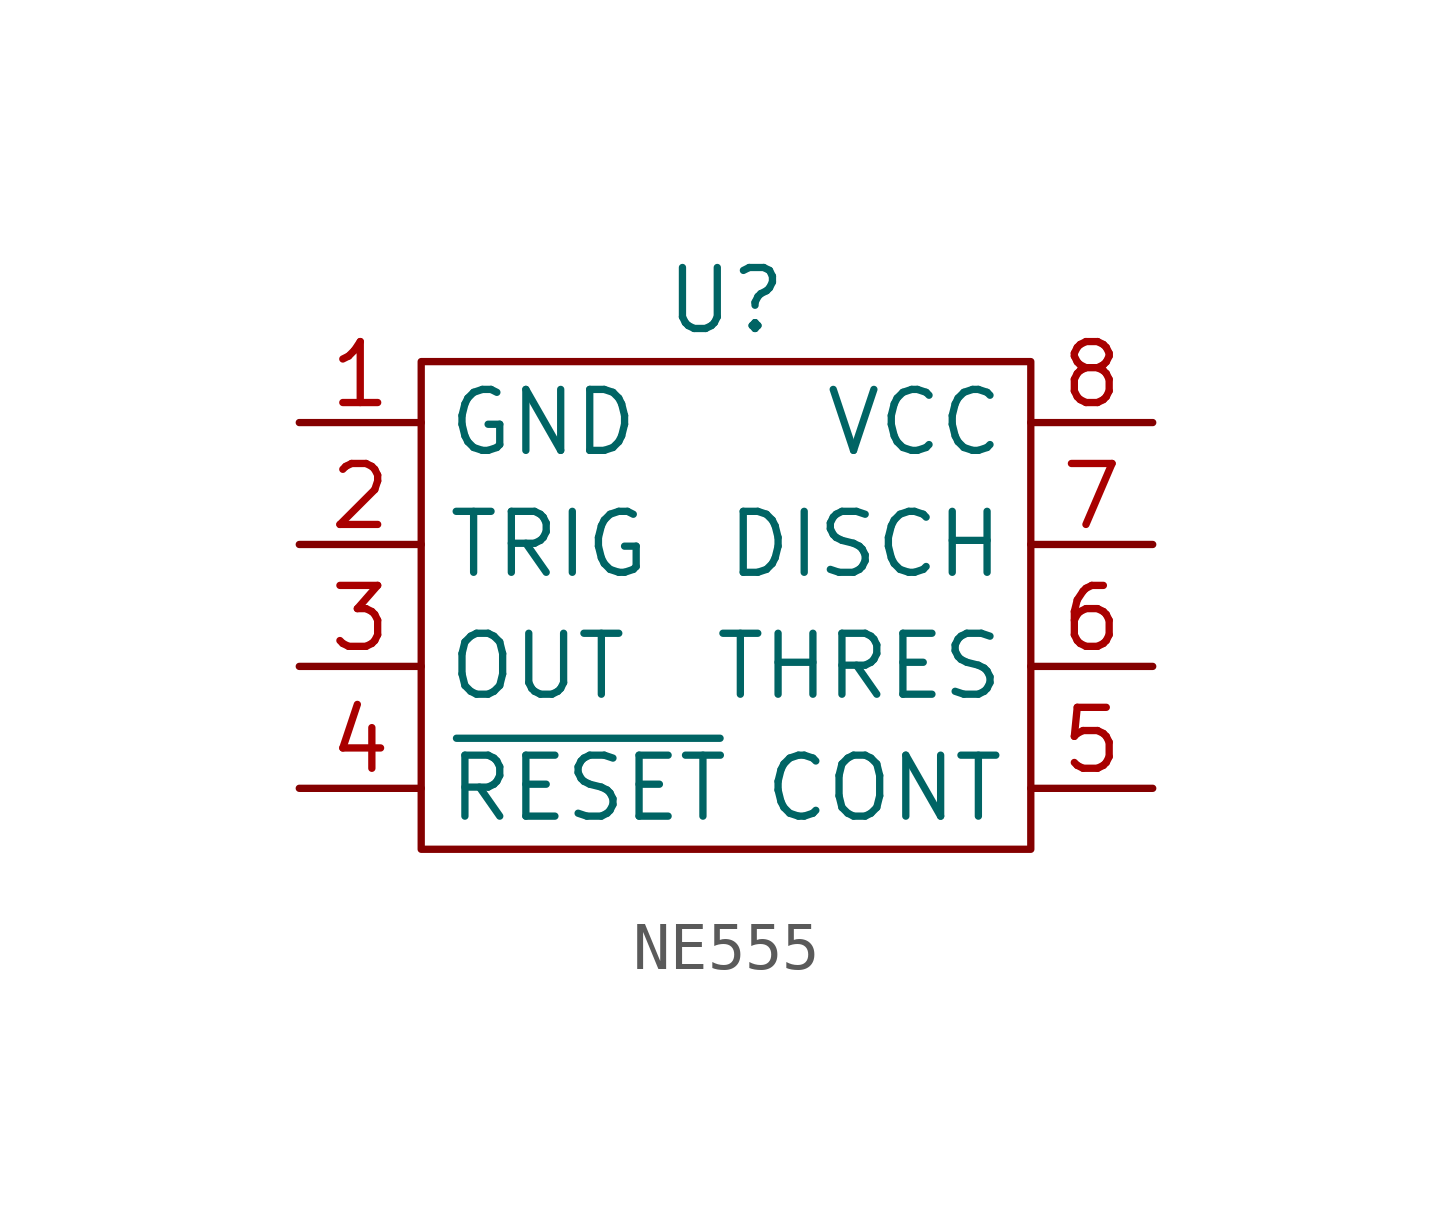
<source format=kicad_sym>
(kicad_symbol_lib
  (version 20220914)
  (generator kicad_symbol_editor)
  (symbol "NE555"
    (property "Reference" "U"
      (at 0 0 0)
      (effects (font (size 1.27 1.27))))
    (property "Value" ""
      (at 0 0 0)
      (effects (font (size 1.27 1.27))))
    (symbol "NE555_0_1"
      (rectangle (start -6.35 -1.27) (end 6.35 -11.43) (stroke (width 0) (type default)) (fill (type none))))
    (symbol "NE555_1_1"
      (pin passive line (at -8.89 -2.54 0) (length 2.54) (name "GND" (effects (font (size 1.27 1.27)))) (number "1" (effects (font (size 1.27 1.27)))))
      (pin input line (at -8.89 -5.08 0) (length 2.54) (name "TRIG" (effects (font (size 1.27 1.27)))) (number "2" (effects (font (size 1.27 1.27)))))
      (pin output line (at -8.89 -7.62 0) (length 2.54) (name "OUT" (effects (font (size 1.27 1.27)))) (number "3" (effects (font (size 1.27 1.27)))))
      (pin input line (at -8.89 -10.16 0) (length 2.54) (name "~{RESET}" (effects (font (size 1.27 1.27)))) (number "4" (effects (font (size 1.27 1.27)))))
      (pin bidirectional line (at 8.89 -10.16 180) (length 2.54) (name "CONT" (effects (font (size 1.27 1.27)))) (number "5" (effects (font (size 1.27 1.27)))))
      (pin input line (at 8.89 -7.62 180) (length 2.54) (name "THRES" (effects (font (size 1.27 1.27)))) (number "6" (effects (font (size 1.27 1.27)))))
      (pin output line (at 8.89 -5.08 180) (length 2.54) (name "DISCH" (effects (font (size 1.27 1.27)))) (number "7" (effects (font (size 1.27 1.27)))))
      (pin passive line (at 8.89 -2.54 180) (length 2.54) (name "VCC" (effects (font (size 1.27 1.27)))) (number "8" (effects (font (size 1.27 1.27))))))))
</source>
